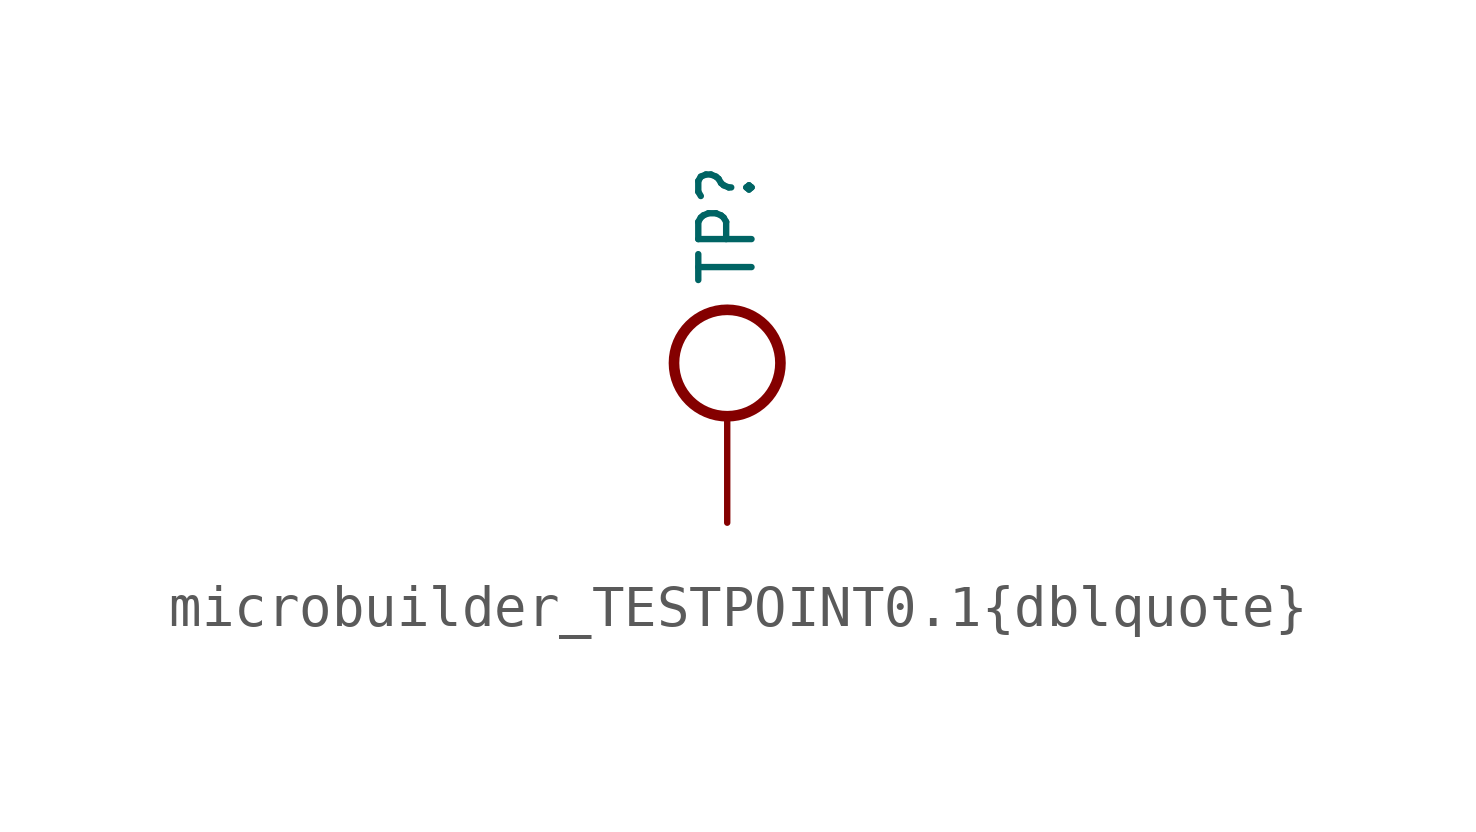
<source format=kicad_sym>
(kicad_symbol_lib
  (version 20231120)
  (generator "kicad_symbol_editor")
  (generator_version "8.0")
  (symbol "microbuilder_TESTPOINT0.1{dblquote}"
    (property "Reference" "TP"
      (at 0 5.588 90)
      (effects (font (size 1.27 1.079)) (justify left)))
    (property "Value" ""
      (at 1.651 5.588 90)
      (effects (font (size 1.27 1.079)) (justify left)))
    (property "ki_locked" ""
      (at 0 0 0)
      (effects (font (size 1.27 1.27))))
    (symbol "microbuilder_TESTPOINT0.1{dblquote}_1_0"
      (circle (center 0 3.81) (radius 1.27) (stroke (width 0.254) (type solid)) (fill (type none)))
      (pin bidirectional line (at 0 0 90) (length 2.54) (name "P$1" (effects (font (size 0 0)))) (number "1" (effects (font (size 0 0))))))))
</source>
